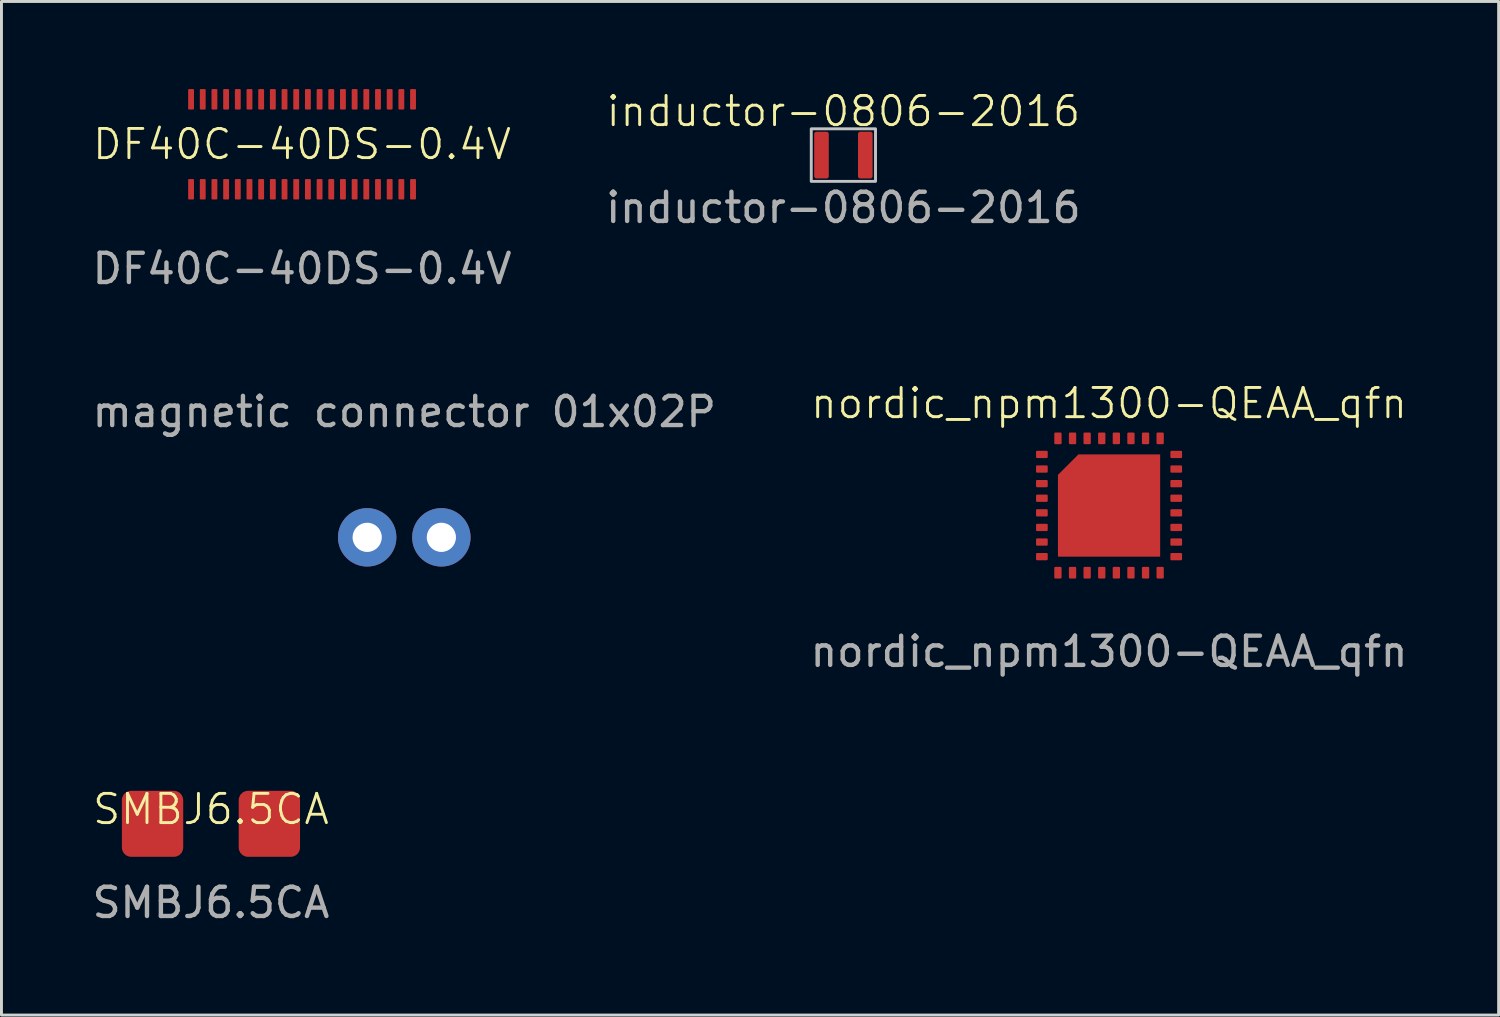
<source format=kicad_pcb>
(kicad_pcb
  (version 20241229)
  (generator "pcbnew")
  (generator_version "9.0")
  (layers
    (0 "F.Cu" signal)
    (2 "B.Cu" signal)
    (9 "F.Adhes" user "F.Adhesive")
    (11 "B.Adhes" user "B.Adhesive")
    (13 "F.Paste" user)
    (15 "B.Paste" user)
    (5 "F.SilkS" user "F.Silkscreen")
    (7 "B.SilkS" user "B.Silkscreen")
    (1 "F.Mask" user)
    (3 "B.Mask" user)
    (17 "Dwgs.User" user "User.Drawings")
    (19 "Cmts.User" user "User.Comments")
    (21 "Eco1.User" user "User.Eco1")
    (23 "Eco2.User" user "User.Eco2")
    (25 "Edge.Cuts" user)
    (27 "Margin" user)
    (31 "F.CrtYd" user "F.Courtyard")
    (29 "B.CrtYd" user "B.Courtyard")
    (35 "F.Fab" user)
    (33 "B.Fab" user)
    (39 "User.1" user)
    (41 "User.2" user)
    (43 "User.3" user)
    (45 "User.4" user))
  (footprint "SMBJ6.5CA"
    (layer "F.Cu")
    (at 4.173 25.157)
    (property "Reference" "SMBJ6.5CA" (at 0 -0.5 0) (unlocked yes) (layer "F.SilkS") (effects (font (size 1 1) (thickness 0.1))))
    (attr smd)
    (fp_rect (start -2.4 -2) (end 2.4 2) (stroke (width 0.1) (type solid)) (fill no) (layer "User.1"))
    (fp_text user "${REFERENCE}" (at 0 2.7 0) (unlocked yes) (layer "F.Fab") (effects (font (size 1 1) (thickness 0.15))))
    (pad "1" smd roundrect (at -2 0) (size 2.1 2.26) (layers "F.Cu" "F.Mask" "F.Paste") (roundrect_rratio 0.15))
    (pad "2" smd roundrect (at 2 0) (size 2.1 2.26) (layers "F.Cu" "F.Mask" "F.Paste") (roundrect_rratio 0.15)))
  (footprint "inductor-0806-2016"
    (layer "F.Cu")
    (at 25.827 2.26)
    (property "Reference" "inductor-0806-2016" (at 0 -1.5 0) (unlocked yes) (layer "F.SilkS") (effects (font (size 1 1) (thickness 0.1))))
    (attr smd)
    (fp_rect (start -1.1 -0.9) (end 1.1 0.9) (stroke (width 0.1) (type solid)) (fill no) (layer "Dwgs.User"))
    (fp_text user "${REFERENCE}" (at 0 1.8 0) (unlocked yes) (layer "F.Fab") (effects (font (size 1 1) (thickness 0.15))))
    (pad "1" smd roundrect (at -0.75 0) (size 0.5 1.6) (layers "F.Cu" "F.Mask" "F.Paste") (roundrect_rratio 0.15))
    (pad "1" smd roundrect (at 0.75 0) (size 0.5 1.6) (layers "F.Cu" "F.Mask" "F.Paste") (roundrect_rratio 0.15)))
  (footprint "magnetic connector 01x02P"
    (layer "F.Cu")
    (at 10.792 12.048)
    (property "Reference" "magnetic connector 01x02P" (at 0 -1 0) (unlocked yes) (layer "F.SilkS") (effects (font (size 1 1) (thickness 0.1))))
    (attr smd)
    (fp_line (start -6 1) (end -5 1) (stroke (width 0.1) (type default)) (layer "User.1"))
    (fp_line (start 6 1) (end 5 1) (stroke (width 0.1) (type default)) (layer "User.1"))
    (fp_rect (start -6 -2) (end 6 0) (stroke (width 0.1) (type solid)) (fill no) (layer "User.1"))
    (fp_rect (start -6 0) (end 6 2) (stroke (width 0.1) (type solid)) (fill no) (layer "User.1"))
    (fp_text user "${REFERENCE}" (at 0 -1 0) (unlocked yes) (layer "F.Fab") (effects (font (size 1 1) (thickness 0.15))))
    (pad "1" thru_hole circle (at -1.27 3.3) (size 2 2) (drill 1) (layers "*.Cu" "*.Mask"))
    (pad "2" thru_hole circle (at 1.27 3.3) (size 2 2) (drill 1) (layers "*.Cu" "*.Mask")))
  (footprint "DF40C-40DS-0.4V"
    (layer "F.Cu")
    (at 7.292 1.85)
    (property "Reference" "DF40C-40DS-0.4V" (at 0 0.04 0) (unlocked yes) (layer "F.SilkS") (effects (font (size 1 1) (thickness 0.1))))
    (attr smd)
    (fp_rect (start -5.3 -1.4) (end 5.3 1.48) (stroke (width 0.1) (type solid)) (fill no) (layer "User.1"))
    (fp_text user "${REFERENCE}" (at 0 4.3 0) (unlocked yes) (layer "F.Fab") (effects (font (size 1 1) (thickness 0.15))))
    (pad "1" smd roundrect (at -3.8 -1.5) (size 0.2 0.7) (layers "F.Cu" "F.Mask" "F.Paste") (roundrect_rratio 0.15))
    (pad "2" smd roundrect (at -3.4 -1.5) (size 0.2 0.7) (layers "F.Cu" "F.Mask" "F.Paste") (roundrect_rratio 0.15))
    (pad "3" smd roundrect (at -3 -1.5) (size 0.2 0.7) (layers "F.Cu" "F.Mask" "F.Paste") (roundrect_rratio 0.15))
    (pad "4" smd roundrect (at -2.6 -1.5) (size 0.2 0.7) (layers "F.Cu" "F.Mask" "F.Paste") (roundrect_rratio 0.15))
    (pad "5" smd roundrect (at -2.2 -1.5) (size 0.2 0.7) (layers "F.Cu" "F.Mask" "F.Paste") (roundrect_rratio 0.15))
    (pad "6" smd roundrect (at -1.8 -1.5) (size 0.2 0.7) (layers "F.Cu" "F.Mask" "F.Paste") (roundrect_rratio 0.15))
    (pad "7" smd roundrect (at -1.4 -1.5) (size 0.2 0.7) (layers "F.Cu" "F.Mask" "F.Paste") (roundrect_rratio 0.15))
    (pad "8" smd roundrect (at -1 -1.5) (size 0.2 0.7) (layers "F.Cu" "F.Mask" "F.Paste") (roundrect_rratio 0.15))
    (pad "9" smd roundrect (at -0.6 -1.5) (size 0.2 0.7) (layers "F.Cu" "F.Mask" "F.Paste") (roundrect_rratio 0.15))
    (pad "10" smd roundrect (at -0.2 -1.5) (size 0.2 0.7) (layers "F.Cu" "F.Mask" "F.Paste") (roundrect_rratio 0.15))
    (pad "11" smd roundrect (at 0.2 -1.5) (size 0.2 0.7) (layers "F.Cu" "F.Mask" "F.Paste") (roundrect_rratio 0.15))
    (pad "12" smd roundrect (at 0.6 -1.5) (size 0.2 0.7) (layers "F.Cu" "F.Mask" "F.Paste") (roundrect_rratio 0.15))
    (pad "13" smd roundrect (at 1 -1.5) (size 0.2 0.7) (layers "F.Cu" "F.Mask" "F.Paste") (roundrect_rratio 0.15))
    (pad "14" smd roundrect (at 1.4 -1.5) (size 0.2 0.7) (layers "F.Cu" "F.Mask" "F.Paste") (roundrect_rratio 0.15))
    (pad "15" smd roundrect (at 1.8 -1.5) (size 0.2 0.7) (layers "F.Cu" "F.Mask" "F.Paste") (roundrect_rratio 0.15))
    (pad "16" smd roundrect (at 2.2 -1.5) (size 0.2 0.7) (layers "F.Cu" "F.Mask" "F.Paste") (roundrect_rratio 0.15))
    (pad "17" smd roundrect (at 2.6 -1.5) (size 0.2 0.7) (layers "F.Cu" "F.Mask" "F.Paste") (roundrect_rratio 0.15))
    (pad "18" smd roundrect (at 3 -1.5) (size 0.2 0.7) (layers "F.Cu" "F.Mask" "F.Paste") (roundrect_rratio 0.15))
    (pad "19" smd roundrect (at 3.4 -1.5) (size 0.2 0.7) (layers "F.Cu" "F.Mask" "F.Paste") (roundrect_rratio 0.15))
    (pad "20" smd roundrect (at 3.8 -1.5) (size 0.2 0.7) (layers "F.Cu" "F.Mask" "F.Paste") (roundrect_rratio 0.15))
    (pad "21" smd roundrect (at -3.8 1.58) (size 0.2 0.7) (layers "F.Cu" "F.Mask" "F.Paste") (roundrect_rratio 0.15))
    (pad "22" smd roundrect (at -3.4 1.58) (size 0.2 0.7) (layers "F.Cu" "F.Mask" "F.Paste") (roundrect_rratio 0.15))
    (pad "23" smd roundrect (at -3 1.58) (size 0.2 0.7) (layers "F.Cu" "F.Mask" "F.Paste") (roundrect_rratio 0.15))
    (pad "24" smd roundrect (at -2.6 1.58) (size 0.2 0.7) (layers "F.Cu" "F.Mask" "F.Paste") (roundrect_rratio 0.15))
    (pad "25" smd roundrect (at -2.2 1.58) (size 0.2 0.7) (layers "F.Cu" "F.Mask" "F.Paste") (roundrect_rratio 0.15))
    (pad "26" smd roundrect (at -1.8 1.58) (size 0.2 0.7) (layers "F.Cu" "F.Mask" "F.Paste") (roundrect_rratio 0.15))
    (pad "27" smd roundrect (at -1.4 1.58) (size 0.2 0.7) (layers "F.Cu" "F.Mask" "F.Paste") (roundrect_rratio 0.15))
    (pad "28" smd roundrect (at -1 1.58) (size 0.2 0.7) (layers "F.Cu" "F.Mask" "F.Paste") (roundrect_rratio 0.15))
    (pad "29" smd roundrect (at -0.6 1.58) (size 0.2 0.7) (layers "F.Cu" "F.Mask" "F.Paste") (roundrect_rratio 0.15))
    (pad "30" smd roundrect (at -0.2 1.58) (size 0.2 0.7) (layers "F.Cu" "F.Mask" "F.Paste") (roundrect_rratio 0.15))
    (pad "31" smd roundrect (at 0.2 1.58) (size 0.2 0.7) (layers "F.Cu" "F.Mask" "F.Paste") (roundrect_rratio 0.15))
    (pad "32" smd roundrect (at 0.6 1.58) (size 0.2 0.7) (layers "F.Cu" "F.Mask" "F.Paste") (roundrect_rratio 0.15))
    (pad "33" smd roundrect (at 1 1.58) (size 0.2 0.7) (layers "F.Cu" "F.Mask" "F.Paste") (roundrect_rratio 0.15))
    (pad "34" smd roundrect (at 1.4 1.58) (size 0.2 0.7) (layers "F.Cu" "F.Mask" "F.Paste") (roundrect_rratio 0.15))
    (pad "35" smd roundrect (at 1.8 1.58) (size 0.2 0.7) (layers "F.Cu" "F.Mask" "F.Paste") (roundrect_rratio 0.15))
    (pad "36" smd roundrect (at 2.2 1.58) (size 0.2 0.7) (layers "F.Cu" "F.Mask" "F.Paste") (roundrect_rratio 0.15))
    (pad "37" smd roundrect (at 2.6 1.58) (size 0.2 0.7) (layers "F.Cu" "F.Mask" "F.Paste") (roundrect_rratio 0.15))
    (pad "38" smd roundrect (at 3 1.58) (size 0.2 0.7) (layers "F.Cu" "F.Mask" "F.Paste") (roundrect_rratio 0.15))
    (pad "39" smd roundrect (at 3.4 1.58) (size 0.2 0.7) (layers "F.Cu" "F.Mask" "F.Paste") (roundrect_rratio 0.15))
    (pad "40" smd roundrect (at 3.8 1.58) (size 0.2 0.7) (layers "F.Cu" "F.Mask" "F.Paste") (roundrect_rratio 0.15)))
  (footprint "nordic_npm1300-QEAA_qfn"
    (layer "F.Cu")
    (at 34.923 14.259)
    (property "Reference" "nordic_npm1300-QEAA_qfn" (at 0 -3.5 0) (unlocked yes) (layer "F.SilkS") (effects (font (size 1 1) (thickness 0.1))))
    (attr smd)
    (fp_rect (start -2.5 -2.5) (end 2.5 2.5) (stroke (width 0.1) (type solid)) (fill no) (layer "User.1"))
    (fp_text user "${REFERENCE}" (at 0 5 0) (unlocked yes) (layer "F.Fab") (effects (font (size 1 1) (thickness 0.15))))
    (pad "1" smd roundrect (at -2.3 -1.75 270) (size 0.25 0.4) (layers "F.Cu" "F.Mask" "F.Paste") (roundrect_rratio 0.15))
    (pad "2" smd roundrect (at -2.3 -1.25 270) (size 0.25 0.4) (layers "F.Cu" "F.Mask" "F.Paste") (roundrect_rratio 0.15))
    (pad "3" smd roundrect (at -2.3 -0.75 270) (size 0.25 0.4) (layers "F.Cu" "F.Mask" "F.Paste") (roundrect_rratio 0.15))
    (pad "4" smd roundrect (at -2.3 -0.25 270) (size 0.25 0.4) (layers "F.Cu" "F.Mask" "F.Paste") (roundrect_rratio 0.15))
    (pad "5" smd roundrect (at -2.3 0.25 270) (size 0.25 0.4) (layers "F.Cu" "F.Mask" "F.Paste") (roundrect_rratio 0.15))
    (pad "6" smd roundrect (at -2.3 0.75 270) (size 0.25 0.4) (layers "F.Cu" "F.Mask" "F.Paste") (roundrect_rratio 0.15))
    (pad "7" smd roundrect (at -2.3 1.25 270) (size 0.25 0.4) (layers "F.Cu" "F.Mask" "F.Paste") (roundrect_rratio 0.15))
    (pad "8" smd roundrect (at -2.3 1.75 270) (size 0.25 0.4) (layers "F.Cu" "F.Mask" "F.Paste") (roundrect_rratio 0.15))
    (pad "9" smd roundrect (at -1.75 2.3) (size 0.25 0.4) (layers "F.Cu" "F.Mask" "F.Paste") (roundrect_rratio 0.15))
    (pad "10" smd roundrect (at -1.25 2.3) (size 0.25 0.4) (layers "F.Cu" "F.Mask" "F.Paste") (roundrect_rratio 0.15))
    (pad "11" smd roundrect (at -0.75 2.3) (size 0.25 0.4) (layers "F.Cu" "F.Mask" "F.Paste") (roundrect_rratio 0.15))
    (pad "12" smd roundrect (at -0.25 2.3) (size 0.25 0.4) (layers "F.Cu" "F.Mask" "F.Paste") (roundrect_rratio 0.15))
    (pad "13" smd roundrect (at 0.25 2.3) (size 0.25 0.4) (layers "F.Cu" "F.Mask" "F.Paste") (roundrect_rratio 0.15))
    (pad "14" smd roundrect (at 0.75 2.3) (size 0.25 0.4) (layers "F.Cu" "F.Mask" "F.Paste") (roundrect_rratio 0.15))
    (pad "15" smd roundrect (at 1.25 2.3) (size 0.25 0.4) (layers "F.Cu" "F.Mask" "F.Paste") (roundrect_rratio 0.15))
    (pad "16" smd roundrect (at 1.75 2.3) (size 0.25 0.4) (layers "F.Cu" "F.Mask" "F.Paste") (roundrect_rratio 0.15))
    (pad "17" smd roundrect (at 2.3 1.75 270) (size 0.25 0.4) (layers "F.Cu" "F.Mask" "F.Paste") (roundrect_rratio 0.15))
    (pad "18" smd roundrect (at 2.3 1.25 270) (size 0.25 0.4) (layers "F.Cu" "F.Mask" "F.Paste") (roundrect_rratio 0.15))
    (pad "19" smd roundrect (at 2.3 0.75 270) (size 0.25 0.4) (layers "F.Cu" "F.Mask" "F.Paste") (roundrect_rratio 0.15))
    (pad "20" smd roundrect (at 2.3 0.25 270) (size 0.25 0.4) (layers "F.Cu" "F.Mask" "F.Paste") (roundrect_rratio 0.15))
    (pad "21" smd roundrect (at 2.3 -0.25 270) (size 0.25 0.4) (layers "F.Cu" "F.Mask" "F.Paste") (roundrect_rratio 0.15))
    (pad "22" smd roundrect (at 2.3 -0.75 270) (size 0.25 0.4) (layers "F.Cu" "F.Mask" "F.Paste") (roundrect_rratio 0.15))
    (pad "23" smd roundrect (at 2.3 -1.25 270) (size 0.25 0.4) (layers "F.Cu" "F.Mask" "F.Paste") (roundrect_rratio 0.15))
    (pad "24" smd roundrect (at 2.3 -1.75 270) (size 0.25 0.4) (layers "F.Cu" "F.Mask" "F.Paste") (roundrect_rratio 0.15))
    (pad "25" smd roundrect (at 1.75 -2.3) (size 0.25 0.4) (layers "F.Cu" "F.Mask" "F.Paste") (roundrect_rratio 0.15))
    (pad "26" smd roundrect (at 1.25 -2.3) (size 0.25 0.4) (layers "F.Cu" "F.Mask" "F.Paste") (roundrect_rratio 0.15))
    (pad "27" smd roundrect (at 0.75 -2.3) (size 0.25 0.4) (layers "F.Cu" "F.Mask" "F.Paste") (roundrect_rratio 0.15))
    (pad "28" smd roundrect (at 0.25 -2.3) (size 0.25 0.4) (layers "F.Cu" "F.Mask" "F.Paste") (roundrect_rratio 0.15))
    (pad "29" smd roundrect (at -0.25 -2.3) (size 0.25 0.4) (layers "F.Cu" "F.Mask" "F.Paste") (roundrect_rratio 0.15))
    (pad "30" smd roundrect (at -0.75 -2.3) (size 0.25 0.4) (layers "F.Cu" "F.Mask" "F.Paste") (roundrect_rratio 0.15))
    (pad "31" smd roundrect (at -1.25 -2.3) (size 0.25 0.4) (layers "F.Cu" "F.Mask" "F.Paste") (roundrect_rratio 0.15))
    (pad "32" smd roundrect (at -1.75 -2.3) (size 0.25 0.4) (layers "F.Cu" "F.Mask" "F.Paste") (roundrect_rratio 0.15))
    (pad "33" smd roundrect (at 0 0) (size 3.5 3.5) (layers "F.Cu" "F.Mask" "F.Paste") (roundrect_rratio 0) (chamfer_ratio 0.2) (chamfer top_left)))
  (gr_rect
    (start -3 -3)
    (end 48.262 31.705)
    (stroke (width 0.1) (type default))
    (fill no)
    (layer "Edge.Cuts")))
</source>
